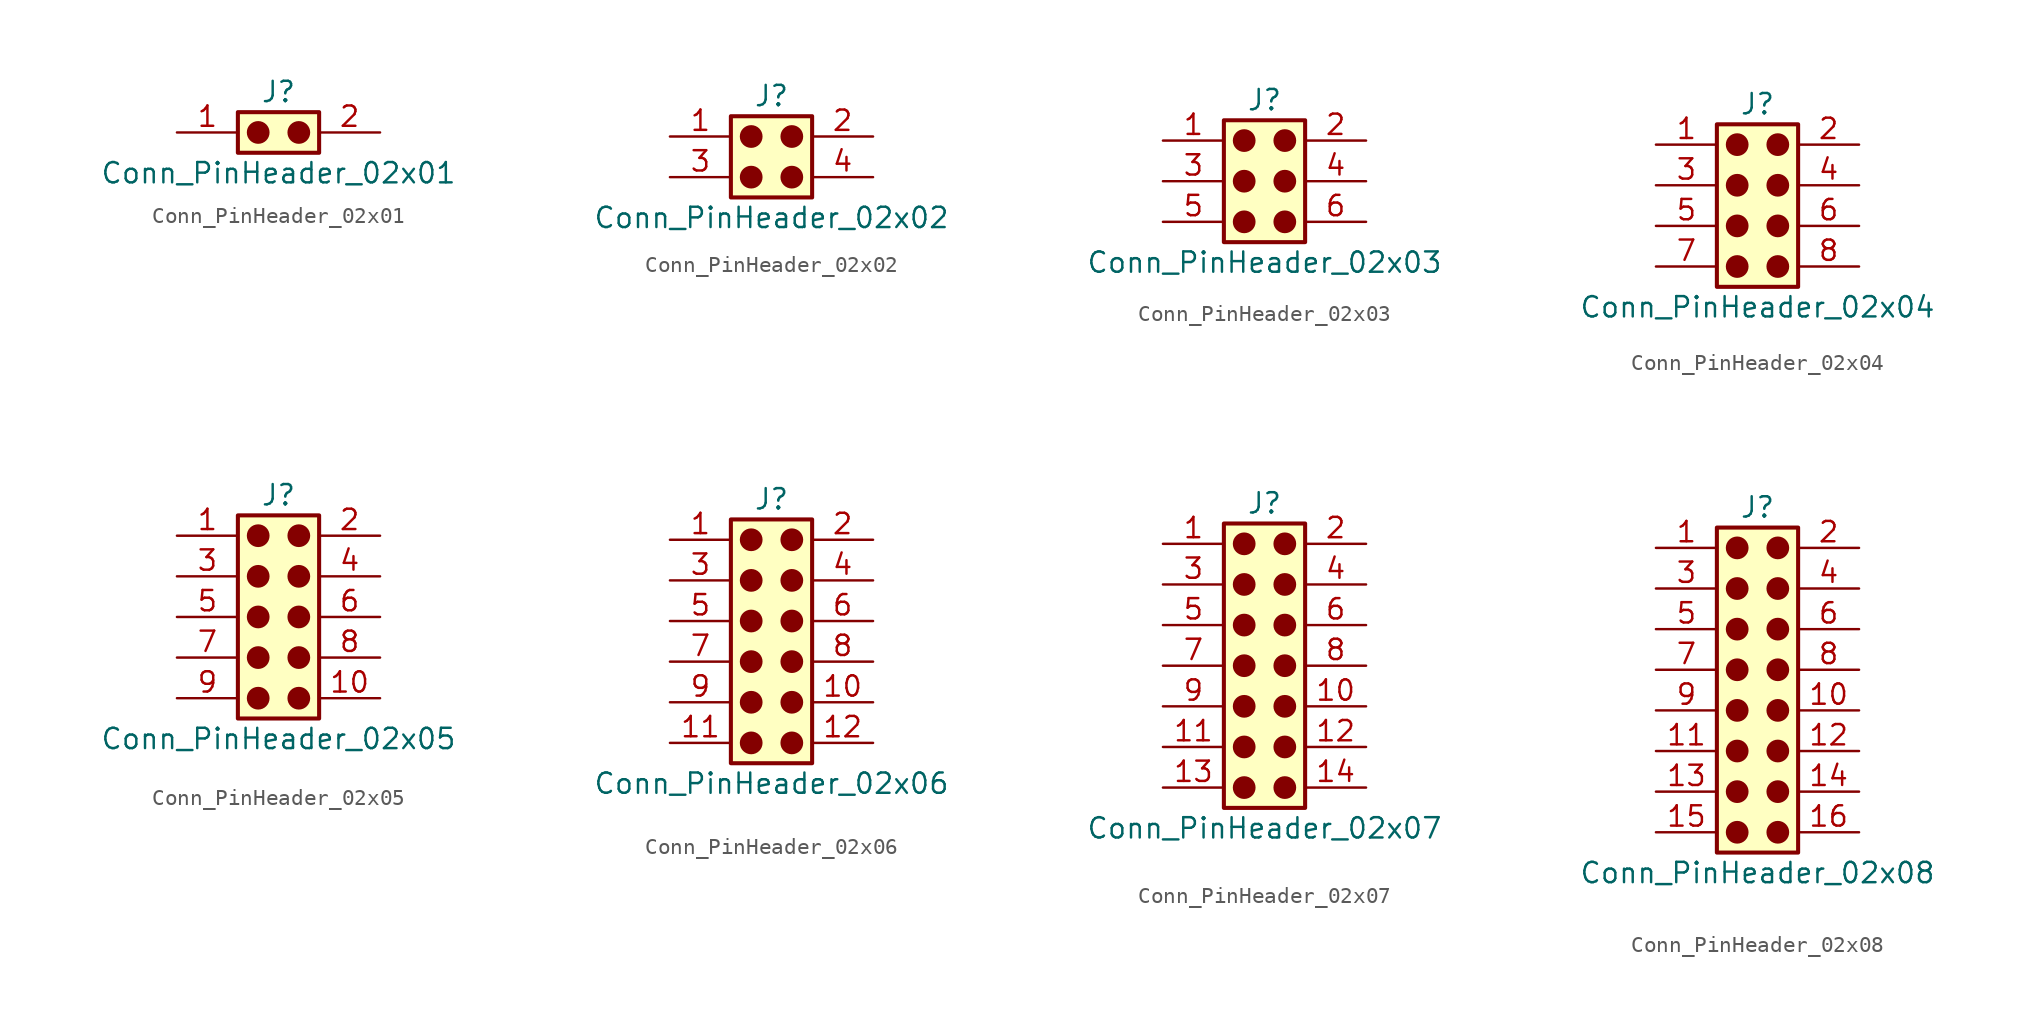
<source format=kicad_sym>
(kicad_symbol_lib
  (version 20241209)
  (generator "kicad_symbol_editor")
  (generator_version "9.0")
  (symbol "Conn_PinHeader_02x01"
    (pin_names
      (offset 1.016)
      (hide yes))
    (property "Reference" "J"
      (at 1.27 2.54 0)
      (effects (font (size 1.27 1.27))))
    (property "Value" "Conn_PinHeader_02x01"
      (at 1.27 -2.54 0)
      (effects (font (size 1.27 1.27))))
    (symbol "Conn_PinHeader_02x01_1_1"
      (rectangle (start -1.27 1.27) (end 3.81 -1.27) (stroke (width 0.254) (type default)) (fill (type background)))
      (circle (center 0 0) (radius 0.635) (stroke (width 0) (type solid) (color 132 0 0 1)) (fill (type outline)))
      (circle (center 2.54 0) (radius 0.635) (stroke (width 0) (type solid) (color 132 0 0 1)) (fill (type outline)))
      (pin passive line (at -5.08 0 0) (length 3.81) (name "Pin_1" (effects (font (size 1.27 1.27)))) (number "1" (effects (font (size 1.27 1.27)))))
      (pin passive line (at 7.62 0 180) (length 3.81) (name "Pin_2" (effects (font (size 1.27 1.27)))) (number "2" (effects (font (size 1.27 1.27)))))))
  (symbol "Conn_PinHeader_02x02"
    (pin_names
      (offset 1.016)
      (hide yes))
    (property "Reference" "J"
      (at 1.27 2.54 0)
      (effects (font (size 1.27 1.27))))
    (property "Value" "Conn_PinHeader_02x02"
      (at 1.27 -5.08 0)
      (effects (font (size 1.27 1.27))))
    (symbol "Conn_PinHeader_02x02_1_1"
      (rectangle (start -1.27 1.27) (end 3.81 -3.81) (stroke (width 0.254) (type default)) (fill (type background)))
      (circle (center 0 0) (radius 0.635) (stroke (width 0) (type solid) (color 132 0 0 1)) (fill (type outline)))
      (circle (center 0 -2.54) (radius 0.635) (stroke (width 0) (type solid) (color 132 0 0 1)) (fill (type outline)))
      (circle (center 2.54 0) (radius 0.635) (stroke (width 0) (type solid) (color 132 0 0 1)) (fill (type outline)))
      (circle (center 2.54 -2.54) (radius 0.635) (stroke (width 0) (type solid) (color 132 0 0 1)) (fill (type outline)))
      (pin passive line (at -5.08 0 0) (length 3.81) (name "Pin_1" (effects (font (size 1.27 1.27)))) (number "1" (effects (font (size 1.27 1.27)))))
      (pin passive line (at -5.08 -2.54 0) (length 3.81) (name "Pin_3" (effects (font (size 1.27 1.27)))) (number "3" (effects (font (size 1.27 1.27)))))
      (pin passive line (at 7.62 0 180) (length 3.81) (name "Pin_2" (effects (font (size 1.27 1.27)))) (number "2" (effects (font (size 1.27 1.27)))))
      (pin passive line (at 7.62 -2.54 180) (length 3.81) (name "Pin_4" (effects (font (size 1.27 1.27)))) (number "4" (effects (font (size 1.27 1.27)))))))
  (symbol "Conn_PinHeader_02x03"
    (pin_names
      (offset 1.016)
      (hide yes))
    (property "Reference" "J"
      (at 1.27 5.08 0)
      (effects (font (size 1.27 1.27))))
    (property "Value" "Conn_PinHeader_02x03"
      (at 1.27 -5.08 0)
      (effects (font (size 1.27 1.27))))
    (symbol "Conn_PinHeader_02x03_1_1"
      (rectangle (start -1.27 3.81) (end 3.81 -3.81) (stroke (width 0.254) (type default)) (fill (type background)))
      (circle (center 0 2.54) (radius 0.635) (stroke (width 0) (type solid) (color 132 0 0 1)) (fill (type outline)))
      (circle (center 0 0) (radius 0.635) (stroke (width 0) (type solid) (color 132 0 0 1)) (fill (type outline)))
      (circle (center 0 -2.54) (radius 0.635) (stroke (width 0) (type solid) (color 132 0 0 1)) (fill (type outline)))
      (circle (center 2.54 2.54) (radius 0.635) (stroke (width 0) (type solid) (color 132 0 0 1)) (fill (type outline)))
      (circle (center 2.54 0) (radius 0.635) (stroke (width 0) (type solid) (color 132 0 0 1)) (fill (type outline)))
      (circle (center 2.54 -2.54) (radius 0.635) (stroke (width 0) (type solid) (color 132 0 0 1)) (fill (type outline)))
      (pin passive line (at -5.08 2.54 0) (length 3.81) (name "Pin_1" (effects (font (size 1.27 1.27)))) (number "1" (effects (font (size 1.27 1.27)))))
      (pin passive line (at -5.08 0 0) (length 3.81) (name "Pin_3" (effects (font (size 1.27 1.27)))) (number "3" (effects (font (size 1.27 1.27)))))
      (pin passive line (at -5.08 -2.54 0) (length 3.81) (name "Pin_5" (effects (font (size 1.27 1.27)))) (number "5" (effects (font (size 1.27 1.27)))))
      (pin passive line (at 7.62 2.54 180) (length 3.81) (name "Pin_2" (effects (font (size 1.27 1.27)))) (number "2" (effects (font (size 1.27 1.27)))))
      (pin passive line (at 7.62 0 180) (length 3.81) (name "Pin_4" (effects (font (size 1.27 1.27)))) (number "4" (effects (font (size 1.27 1.27)))))
      (pin passive line (at 7.62 -2.54 180) (length 3.81) (name "Pin_6" (effects (font (size 1.27 1.27)))) (number "6" (effects (font (size 1.27 1.27)))))))
  (symbol "Conn_PinHeader_02x04"
    (pin_names
      (offset 1.016)
      (hide yes))
    (property "Reference" "J"
      (at 1.27 5.08 0)
      (effects (font (size 1.27 1.27))))
    (property "Value" "Conn_PinHeader_02x04"
      (at 1.27 -7.62 0)
      (effects (font (size 1.27 1.27))))
    (symbol "Conn_PinHeader_02x04_1_1"
      (circle (center 0 2.54) (radius 0.635) (stroke (width 0) (type solid) (color 132 0 0 1)) (fill (type outline)))
      (circle (center 0 0) (radius 0.635) (stroke (width 0) (type solid) (color 132 0 0 1)) (fill (type outline)))
      (circle (center 0 -2.54) (radius 0.635) (stroke (width 0) (type solid) (color 132 0 0 1)) (fill (type outline)))
      (circle (center 0 -5.08) (radius 0.635) (stroke (width 0) (type solid) (color 132 0 0 1)) (fill (type outline)))
      (circle (center 2.54 2.54) (radius 0.635) (stroke (width 0) (type solid) (color 132 0 0 1)) (fill (type outline)))
      (circle (center 2.54 0) (radius 0.635) (stroke (width 0) (type solid) (color 132 0 0 1)) (fill (type outline)))
      (circle (center 2.54 -2.54) (radius 0.635) (stroke (width 0) (type solid) (color 132 0 0 1)) (fill (type outline)))
      (circle (center 2.54 -5.08) (radius 0.635) (stroke (width 0) (type solid) (color 132 0 0 1)) (fill (type outline)))
      (rectangle (start 3.81 3.81) (end -1.27 -6.35) (stroke (width 0.254) (type default)) (fill (type background)))
      (pin passive line (at -5.08 2.54 0) (length 3.81) (name "Pin_1" (effects (font (size 1.27 1.27)))) (number "1" (effects (font (size 1.27 1.27)))))
      (pin passive line (at -5.08 0 0) (length 3.81) (name "Pin_3" (effects (font (size 1.27 1.27)))) (number "3" (effects (font (size 1.27 1.27)))))
      (pin passive line (at -5.08 -2.54 0) (length 3.81) (name "Pin_5" (effects (font (size 1.27 1.27)))) (number "5" (effects (font (size 1.27 1.27)))))
      (pin passive line (at -5.08 -5.08 0) (length 3.81) (name "Pin_7" (effects (font (size 1.27 1.27)))) (number "7" (effects (font (size 1.27 1.27)))))
      (pin passive line (at 7.62 2.54 180) (length 3.81) (name "Pin_2" (effects (font (size 1.27 1.27)))) (number "2" (effects (font (size 1.27 1.27)))))
      (pin passive line (at 7.62 0 180) (length 3.81) (name "Pin_4" (effects (font (size 1.27 1.27)))) (number "4" (effects (font (size 1.27 1.27)))))
      (pin passive line (at 7.62 -2.54 180) (length 3.81) (name "Pin_6" (effects (font (size 1.27 1.27)))) (number "6" (effects (font (size 1.27 1.27)))))
      (pin passive line (at 7.62 -5.08 180) (length 3.81) (name "Pin_8" (effects (font (size 1.27 1.27)))) (number "8" (effects (font (size 1.27 1.27)))))))
  (symbol "Conn_PinHeader_02x05"
    (pin_names
      (offset 1.016)
      (hide yes))
    (property "Reference" "J"
      (at 1.27 7.62 0)
      (effects (font (size 1.27 1.27))))
    (property "Value" "Conn_PinHeader_02x05"
      (at 1.27 -7.62 0)
      (effects (font (size 1.27 1.27))))
    (symbol "Conn_PinHeader_02x05_1_1"
      (rectangle (start -1.27 6.35) (end 3.81 -6.35) (stroke (width 0.254) (type default)) (fill (type background)))
      (circle (center 0 5.08) (radius 0.635) (stroke (width 0) (type solid) (color 132 0 0 1)) (fill (type outline)))
      (circle (center 0 2.54) (radius 0.635) (stroke (width 0) (type solid) (color 132 0 0 1)) (fill (type outline)))
      (circle (center 0 0) (radius 0.635) (stroke (width 0) (type solid) (color 132 0 0 1)) (fill (type outline)))
      (circle (center 0 -2.54) (radius 0.635) (stroke (width 0) (type solid) (color 132 0 0 1)) (fill (type outline)))
      (circle (center 0 -5.08) (radius 0.635) (stroke (width 0) (type solid) (color 132 0 0 1)) (fill (type outline)))
      (circle (center 2.54 5.08) (radius 0.635) (stroke (width 0) (type solid) (color 132 0 0 1)) (fill (type outline)))
      (circle (center 2.54 2.54) (radius 0.635) (stroke (width 0) (type solid) (color 132 0 0 1)) (fill (type outline)))
      (circle (center 2.54 0) (radius 0.635) (stroke (width 0) (type solid) (color 132 0 0 1)) (fill (type outline)))
      (circle (center 2.54 -2.54) (radius 0.635) (stroke (width 0) (type solid) (color 132 0 0 1)) (fill (type outline)))
      (circle (center 2.54 -5.08) (radius 0.635) (stroke (width 0) (type solid) (color 132 0 0 1)) (fill (type outline)))
      (pin passive line (at -5.08 5.08 0) (length 3.81) (name "Pin_1" (effects (font (size 1.27 1.27)))) (number "1" (effects (font (size 1.27 1.27)))))
      (pin passive line (at -5.08 2.54 0) (length 3.81) (name "Pin_3" (effects (font (size 1.27 1.27)))) (number "3" (effects (font (size 1.27 1.27)))))
      (pin passive line (at -5.08 0 0) (length 3.81) (name "Pin_5" (effects (font (size 1.27 1.27)))) (number "5" (effects (font (size 1.27 1.27)))))
      (pin passive line (at -5.08 -2.54 0) (length 3.81) (name "Pin_7" (effects (font (size 1.27 1.27)))) (number "7" (effects (font (size 1.27 1.27)))))
      (pin passive line (at -5.08 -5.08 0) (length 3.81) (name "Pin_9" (effects (font (size 1.27 1.27)))) (number "9" (effects (font (size 1.27 1.27)))))
      (pin passive line (at 7.62 5.08 180) (length 3.81) (name "Pin_2" (effects (font (size 1.27 1.27)))) (number "2" (effects (font (size 1.27 1.27)))))
      (pin passive line (at 7.62 2.54 180) (length 3.81) (name "Pin_4" (effects (font (size 1.27 1.27)))) (number "4" (effects (font (size 1.27 1.27)))))
      (pin passive line (at 7.62 0 180) (length 3.81) (name "Pin_6" (effects (font (size 1.27 1.27)))) (number "6" (effects (font (size 1.27 1.27)))))
      (pin passive line (at 7.62 -2.54 180) (length 3.81) (name "Pin_8" (effects (font (size 1.27 1.27)))) (number "8" (effects (font (size 1.27 1.27)))))
      (pin passive line (at 7.62 -5.08 180) (length 3.81) (name "Pin_10" (effects (font (size 1.27 1.27)))) (number "10" (effects (font (size 1.27 1.27)))))))
  (symbol "Conn_PinHeader_02x06"
    (pin_names
      (offset 1.016)
      (hide yes))
    (property "Reference" "J"
      (at 1.27 7.62 0)
      (effects (font (size 1.27 1.27))))
    (property "Value" "Conn_PinHeader_02x06"
      (at 1.27 -10.16 0)
      (effects (font (size 1.27 1.27))))
    (symbol "Conn_PinHeader_02x06_1_1"
      (rectangle (start -1.27 6.35) (end 3.81 -8.89) (stroke (width 0.254) (type default)) (fill (type background)))
      (circle (center 0 5.08) (radius 0.635) (stroke (width 0) (type solid) (color 132 0 0 1)) (fill (type outline)))
      (circle (center 0 2.54) (radius 0.635) (stroke (width 0) (type solid) (color 132 0 0 1)) (fill (type outline)))
      (circle (center 0 0) (radius 0.635) (stroke (width 0) (type solid) (color 132 0 0 1)) (fill (type outline)))
      (circle (center 0 -2.54) (radius 0.635) (stroke (width 0) (type solid) (color 132 0 0 1)) (fill (type outline)))
      (circle (center 0 -5.08) (radius 0.635) (stroke (width 0) (type solid) (color 132 0 0 1)) (fill (type outline)))
      (circle (center 0 -7.62) (radius 0.635) (stroke (width 0) (type solid) (color 132 0 0 1)) (fill (type outline)))
      (circle (center 2.54 5.08) (radius 0.635) (stroke (width 0) (type solid) (color 132 0 0 1)) (fill (type outline)))
      (circle (center 2.54 2.54) (radius 0.635) (stroke (width 0) (type solid) (color 132 0 0 1)) (fill (type outline)))
      (circle (center 2.54 0) (radius 0.635) (stroke (width 0) (type solid) (color 132 0 0 1)) (fill (type outline)))
      (circle (center 2.54 -2.54) (radius 0.635) (stroke (width 0) (type solid) (color 132 0 0 1)) (fill (type outline)))
      (circle (center 2.54 -5.08) (radius 0.635) (stroke (width 0) (type solid) (color 132 0 0 1)) (fill (type outline)))
      (circle (center 2.54 -7.62) (radius 0.635) (stroke (width 0) (type solid) (color 132 0 0 1)) (fill (type outline)))
      (pin passive line (at -5.08 5.08 0) (length 3.81) (name "Pin_1" (effects (font (size 1.27 1.27)))) (number "1" (effects (font (size 1.27 1.27)))))
      (pin passive line (at -5.08 2.54 0) (length 3.81) (name "Pin_3" (effects (font (size 1.27 1.27)))) (number "3" (effects (font (size 1.27 1.27)))))
      (pin passive line (at -5.08 0 0) (length 3.81) (name "Pin_5" (effects (font (size 1.27 1.27)))) (number "5" (effects (font (size 1.27 1.27)))))
      (pin passive line (at -5.08 -2.54 0) (length 3.81) (name "Pin_7" (effects (font (size 1.27 1.27)))) (number "7" (effects (font (size 1.27 1.27)))))
      (pin passive line (at -5.08 -5.08 0) (length 3.81) (name "Pin_9" (effects (font (size 1.27 1.27)))) (number "9" (effects (font (size 1.27 1.27)))))
      (pin passive line (at -5.08 -7.62 0) (length 3.81) (name "Pin_11" (effects (font (size 1.27 1.27)))) (number "11" (effects (font (size 1.27 1.27)))))
      (pin passive line (at 7.62 5.08 180) (length 3.81) (name "Pin_2" (effects (font (size 1.27 1.27)))) (number "2" (effects (font (size 1.27 1.27)))))
      (pin passive line (at 7.62 2.54 180) (length 3.81) (name "Pin_4" (effects (font (size 1.27 1.27)))) (number "4" (effects (font (size 1.27 1.27)))))
      (pin passive line (at 7.62 0 180) (length 3.81) (name "Pin_6" (effects (font (size 1.27 1.27)))) (number "6" (effects (font (size 1.27 1.27)))))
      (pin passive line (at 7.62 -2.54 180) (length 3.81) (name "Pin_8" (effects (font (size 1.27 1.27)))) (number "8" (effects (font (size 1.27 1.27)))))
      (pin passive line (at 7.62 -5.08 180) (length 3.81) (name "Pin_10" (effects (font (size 1.27 1.27)))) (number "10" (effects (font (size 1.27 1.27)))))
      (pin passive line (at 7.62 -7.62 180) (length 3.81) (name "Pin_12" (effects (font (size 1.27 1.27)))) (number "12" (effects (font (size 1.27 1.27)))))))
  (symbol "Conn_PinHeader_02x07"
    (pin_names
      (offset 1.016)
      (hide yes))
    (property "Reference" "J"
      (at 1.27 10.16 0)
      (effects (font (size 1.27 1.27))))
    (property "Value" "Conn_PinHeader_02x07"
      (at 1.27 -10.16 0)
      (effects (font (size 1.27 1.27))))
    (symbol "Conn_PinHeader_02x07_1_1"
      (rectangle (start -1.27 8.89) (end 3.81 -8.89) (stroke (width 0.254) (type default)) (fill (type background)))
      (circle (center 0 7.62) (radius 0.635) (stroke (width 0) (type solid) (color 132 0 0 1)) (fill (type outline)))
      (circle (center 0 5.08) (radius 0.635) (stroke (width 0) (type solid) (color 132 0 0 1)) (fill (type outline)))
      (circle (center 0 2.54) (radius 0.635) (stroke (width 0) (type solid) (color 132 0 0 1)) (fill (type outline)))
      (circle (center 0 0) (radius 0.635) (stroke (width 0) (type solid) (color 132 0 0 1)) (fill (type outline)))
      (circle (center 0 -2.54) (radius 0.635) (stroke (width 0) (type solid) (color 132 0 0 1)) (fill (type outline)))
      (circle (center 0 -5.08) (radius 0.635) (stroke (width 0) (type solid) (color 132 0 0 1)) (fill (type outline)))
      (circle (center 0 -7.62) (radius 0.635) (stroke (width 0) (type solid) (color 132 0 0 1)) (fill (type outline)))
      (circle (center 2.54 7.62) (radius 0.635) (stroke (width 0) (type solid) (color 132 0 0 1)) (fill (type outline)))
      (circle (center 2.54 5.08) (radius 0.635) (stroke (width 0) (type solid) (color 132 0 0 1)) (fill (type outline)))
      (circle (center 2.54 2.54) (radius 0.635) (stroke (width 0) (type solid) (color 132 0 0 1)) (fill (type outline)))
      (circle (center 2.54 0) (radius 0.635) (stroke (width 0) (type solid) (color 132 0 0 1)) (fill (type outline)))
      (circle (center 2.54 -2.54) (radius 0.635) (stroke (width 0) (type solid) (color 132 0 0 1)) (fill (type outline)))
      (circle (center 2.54 -5.08) (radius 0.635) (stroke (width 0) (type solid) (color 132 0 0 1)) (fill (type outline)))
      (circle (center 2.54 -7.62) (radius 0.635) (stroke (width 0) (type solid) (color 132 0 0 1)) (fill (type outline)))
      (pin passive line (at -5.08 7.62 0) (length 3.81) (name "Pin_1" (effects (font (size 1.27 1.27)))) (number "1" (effects (font (size 1.27 1.27)))))
      (pin passive line (at -5.08 5.08 0) (length 3.81) (name "Pin_3" (effects (font (size 1.27 1.27)))) (number "3" (effects (font (size 1.27 1.27)))))
      (pin passive line (at -5.08 2.54 0) (length 3.81) (name "Pin_5" (effects (font (size 1.27 1.27)))) (number "5" (effects (font (size 1.27 1.27)))))
      (pin passive line (at -5.08 0 0) (length 3.81) (name "Pin_7" (effects (font (size 1.27 1.27)))) (number "7" (effects (font (size 1.27 1.27)))))
      (pin passive line (at -5.08 -2.54 0) (length 3.81) (name "Pin_9" (effects (font (size 1.27 1.27)))) (number "9" (effects (font (size 1.27 1.27)))))
      (pin passive line (at -5.08 -5.08 0) (length 3.81) (name "Pin_11" (effects (font (size 1.27 1.27)))) (number "11" (effects (font (size 1.27 1.27)))))
      (pin passive line (at -5.08 -7.62 0) (length 3.81) (name "Pin_13" (effects (font (size 1.27 1.27)))) (number "13" (effects (font (size 1.27 1.27)))))
      (pin passive line (at 7.62 7.62 180) (length 3.81) (name "Pin_2" (effects (font (size 1.27 1.27)))) (number "2" (effects (font (size 1.27 1.27)))))
      (pin passive line (at 7.62 5.08 180) (length 3.81) (name "Pin_4" (effects (font (size 1.27 1.27)))) (number "4" (effects (font (size 1.27 1.27)))))
      (pin passive line (at 7.62 2.54 180) (length 3.81) (name "Pin_6" (effects (font (size 1.27 1.27)))) (number "6" (effects (font (size 1.27 1.27)))))
      (pin passive line (at 7.62 0 180) (length 3.81) (name "Pin_8" (effects (font (size 1.27 1.27)))) (number "8" (effects (font (size 1.27 1.27)))))
      (pin passive line (at 7.62 -2.54 180) (length 3.81) (name "Pin_10" (effects (font (size 1.27 1.27)))) (number "10" (effects (font (size 1.27 1.27)))))
      (pin passive line (at 7.62 -5.08 180) (length 3.81) (name "Pin_12" (effects (font (size 1.27 1.27)))) (number "12" (effects (font (size 1.27 1.27)))))
      (pin passive line (at 7.62 -7.62 180) (length 3.81) (name "Pin_14" (effects (font (size 1.27 1.27)))) (number "14" (effects (font (size 1.27 1.27)))))))
  (symbol "Conn_PinHeader_02x08"
    (pin_names
      (offset 1.016)
      (hide yes))
    (property "Reference" "J"
      (at 1.27 10.16 0)
      (effects (font (size 1.27 1.27))))
    (property "Value" "Conn_PinHeader_02x08"
      (at 1.27 -12.7 0)
      (effects (font (size 1.27 1.27))))
    (symbol "Conn_PinHeader_02x08_1_1"
      (rectangle (start -1.27 8.89) (end 3.81 -11.43) (stroke (width 0.254) (type default)) (fill (type background)))
      (circle (center 0 7.62) (radius 0.635) (stroke (width 0) (type solid) (color 132 0 0 1)) (fill (type outline)))
      (circle (center 0 5.08) (radius 0.635) (stroke (width 0) (type solid) (color 132 0 0 1)) (fill (type outline)))
      (circle (center 0 2.54) (radius 0.635) (stroke (width 0) (type solid) (color 132 0 0 1)) (fill (type outline)))
      (circle (center 0 0) (radius 0.635) (stroke (width 0) (type solid) (color 132 0 0 1)) (fill (type outline)))
      (circle (center 0 -2.54) (radius 0.635) (stroke (width 0) (type solid) (color 132 0 0 1)) (fill (type outline)))
      (circle (center 0 -5.08) (radius 0.635) (stroke (width 0) (type solid) (color 132 0 0 1)) (fill (type outline)))
      (circle (center 0 -7.62) (radius 0.635) (stroke (width 0) (type solid) (color 132 0 0 1)) (fill (type outline)))
      (circle (center 0 -10.16) (radius 0.635) (stroke (width 0) (type solid) (color 132 0 0 1)) (fill (type outline)))
      (circle (center 2.54 7.62) (radius 0.635) (stroke (width 0) (type solid) (color 132 0 0 1)) (fill (type outline)))
      (circle (center 2.54 5.08) (radius 0.635) (stroke (width 0) (type solid) (color 132 0 0 1)) (fill (type outline)))
      (circle (center 2.54 2.54) (radius 0.635) (stroke (width 0) (type solid) (color 132 0 0 1)) (fill (type outline)))
      (circle (center 2.54 0) (radius 0.635) (stroke (width 0) (type solid) (color 132 0 0 1)) (fill (type outline)))
      (circle (center 2.54 -2.54) (radius 0.635) (stroke (width 0) (type solid) (color 132 0 0 1)) (fill (type outline)))
      (circle (center 2.54 -5.08) (radius 0.635) (stroke (width 0) (type solid) (color 132 0 0 1)) (fill (type outline)))
      (circle (center 2.54 -7.62) (radius 0.635) (stroke (width 0) (type solid) (color 132 0 0 1)) (fill (type outline)))
      (circle (center 2.54 -10.16) (radius 0.635) (stroke (width 0) (type solid) (color 132 0 0 1)) (fill (type outline)))
      (pin passive line (at -5.08 7.62 0) (length 3.81) (name "Pin_1" (effects (font (size 1.27 1.27)))) (number "1" (effects (font (size 1.27 1.27)))))
      (pin passive line (at -5.08 5.08 0) (length 3.81) (name "Pin_3" (effects (font (size 1.27 1.27)))) (number "3" (effects (font (size 1.27 1.27)))))
      (pin passive line (at -5.08 2.54 0) (length 3.81) (name "Pin_5" (effects (font (size 1.27 1.27)))) (number "5" (effects (font (size 1.27 1.27)))))
      (pin passive line (at -5.08 0 0) (length 3.81) (name "Pin_7" (effects (font (size 1.27 1.27)))) (number "7" (effects (font (size 1.27 1.27)))))
      (pin passive line (at -5.08 -2.54 0) (length 3.81) (name "Pin_9" (effects (font (size 1.27 1.27)))) (number "9" (effects (font (size 1.27 1.27)))))
      (pin passive line (at -5.08 -5.08 0) (length 3.81) (name "Pin_11" (effects (font (size 1.27 1.27)))) (number "11" (effects (font (size 1.27 1.27)))))
      (pin passive line (at -5.08 -7.62 0) (length 3.81) (name "Pin_13" (effects (font (size 1.27 1.27)))) (number "13" (effects (font (size 1.27 1.27)))))
      (pin passive line (at -5.08 -10.16 0) (length 3.81) (name "Pin_15" (effects (font (size 1.27 1.27)))) (number "15" (effects (font (size 1.27 1.27)))))
      (pin passive line (at 7.62 7.62 180) (length 3.81) (name "Pin_2" (effects (font (size 1.27 1.27)))) (number "2" (effects (font (size 1.27 1.27)))))
      (pin passive line (at 7.62 5.08 180) (length 3.81) (name "Pin_4" (effects (font (size 1.27 1.27)))) (number "4" (effects (font (size 1.27 1.27)))))
      (pin passive line (at 7.62 2.54 180) (length 3.81) (name "Pin_6" (effects (font (size 1.27 1.27)))) (number "6" (effects (font (size 1.27 1.27)))))
      (pin passive line (at 7.62 0 180) (length 3.81) (name "Pin_8" (effects (font (size 1.27 1.27)))) (number "8" (effects (font (size 1.27 1.27)))))
      (pin passive line (at 7.62 -2.54 180) (length 3.81) (name "Pin_10" (effects (font (size 1.27 1.27)))) (number "10" (effects (font (size 1.27 1.27)))))
      (pin passive line (at 7.62 -5.08 180) (length 3.81) (name "Pin_12" (effects (font (size 1.27 1.27)))) (number "12" (effects (font (size 1.27 1.27)))))
      (pin passive line (at 7.62 -7.62 180) (length 3.81) (name "Pin_14" (effects (font (size 1.27 1.27)))) (number "14" (effects (font (size 1.27 1.27)))))
      (pin passive line (at 7.62 -10.16 180) (length 3.81) (name "Pin_16" (effects (font (size 1.27 1.27)))) (number "16" (effects (font (size 1.27 1.27))))))))
</source>
